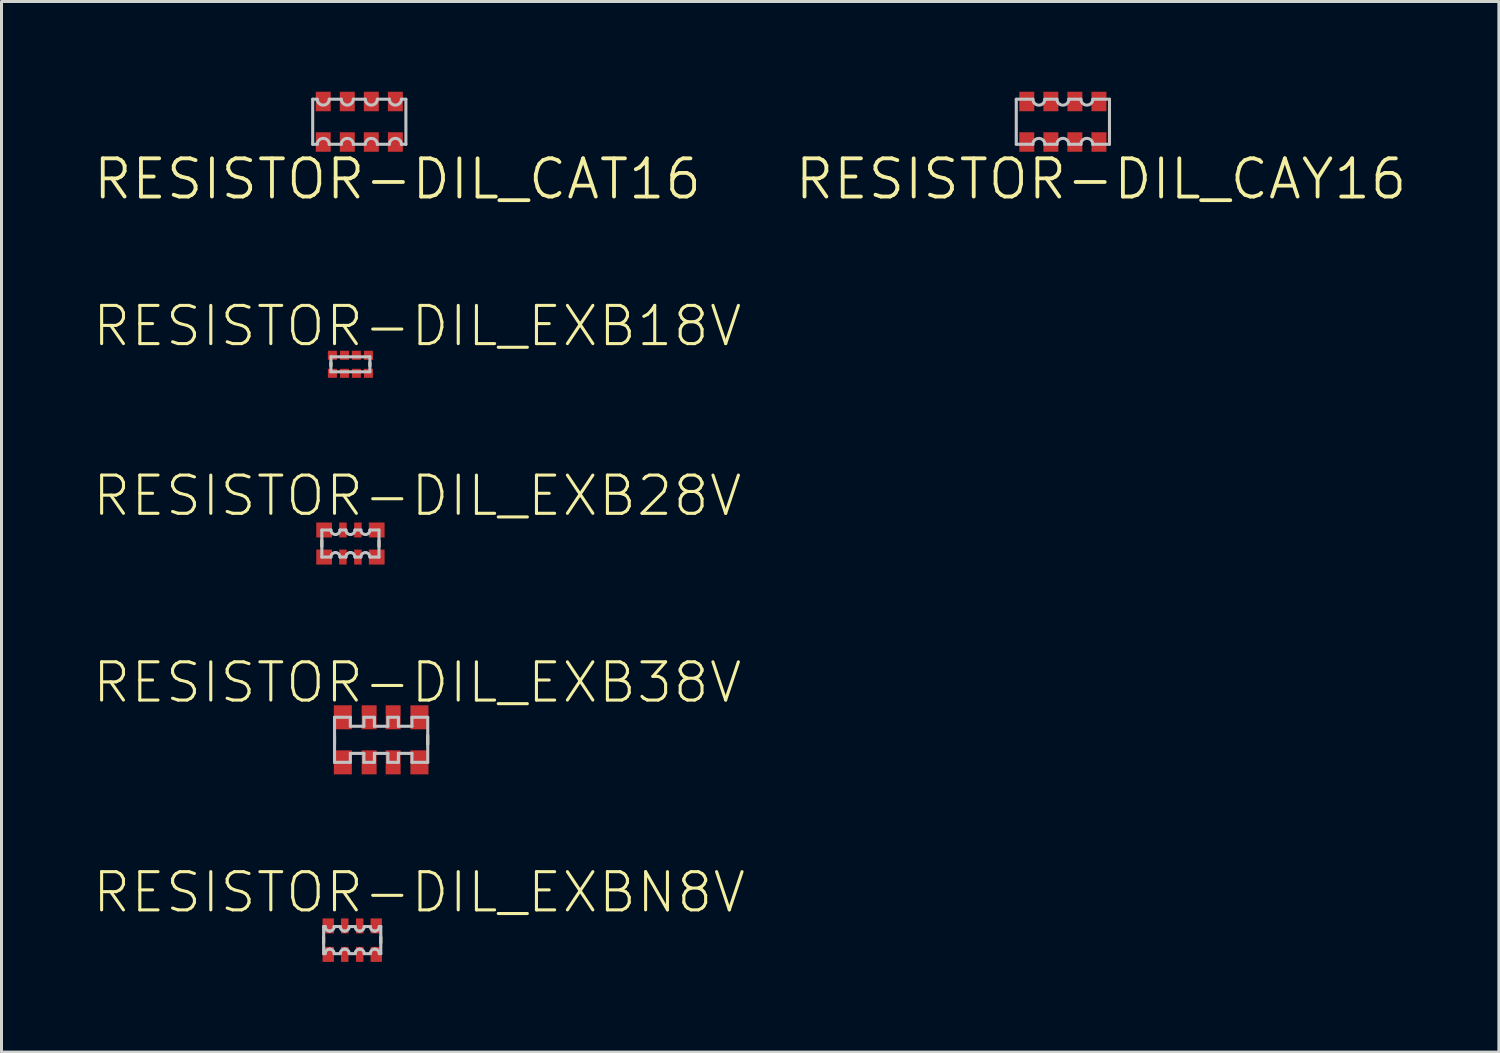
<source format=kicad_pcb>
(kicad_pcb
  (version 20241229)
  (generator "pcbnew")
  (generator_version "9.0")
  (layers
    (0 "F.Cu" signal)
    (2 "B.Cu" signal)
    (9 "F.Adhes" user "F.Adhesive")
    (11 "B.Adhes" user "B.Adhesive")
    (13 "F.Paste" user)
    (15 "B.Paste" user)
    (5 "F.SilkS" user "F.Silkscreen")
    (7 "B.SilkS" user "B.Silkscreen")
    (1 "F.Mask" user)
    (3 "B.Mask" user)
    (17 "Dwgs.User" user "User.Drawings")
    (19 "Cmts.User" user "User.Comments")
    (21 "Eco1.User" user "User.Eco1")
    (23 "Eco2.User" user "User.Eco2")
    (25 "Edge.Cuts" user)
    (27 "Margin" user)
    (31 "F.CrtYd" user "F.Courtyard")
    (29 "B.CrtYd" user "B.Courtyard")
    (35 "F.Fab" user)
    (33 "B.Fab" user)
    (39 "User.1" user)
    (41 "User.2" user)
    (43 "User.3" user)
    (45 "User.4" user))
  (footprint "RESISTOR-DIL_EXB38V"
    (layer "F.Cu")
    (at 9.619 21.542)
    (property "Reference" "RESISTOR-DIL_EXB38V" (at 1.201 -1.905 0) (layer "F.SilkS") (effects (font (size 1.27 1.27) (thickness 0.102))))
    (attr smd)
    (fp_line (start -1.549 0.15) (end -1.549 -0.15) (stroke (width 0.102) (type solid)) (layer "F.SilkS"))
    (fp_line (start 1.549 -0.15) (end 1.549 0.15) (stroke (width 0.102) (type solid)) (layer "F.SilkS"))
    (fp_line (start -1.549 -0.749) (end -1.024 -0.749) (stroke (width 0.102) (type solid)) (layer "Dwgs.User"))
    (fp_line (start -1.549 0.749) (end -1.549 -0.749) (stroke (width 0.102) (type solid)) (layer "Dwgs.User"))
    (fp_line (start -1.024 -0.749) (end -1.024 -0.45) (stroke (width 0.102) (type solid)) (layer "Dwgs.User"))
    (fp_line (start -1.024 -0.45) (end -0.574 -0.45) (stroke (width 0.102) (type solid)) (layer "Dwgs.User"))
    (fp_line (start -1.024 0.45) (end -1.024 0.749) (stroke (width 0.102) (type solid)) (layer "Dwgs.User"))
    (fp_line (start -1.024 0.749) (end -1.549 0.749) (stroke (width 0.102) (type solid)) (layer "Dwgs.User"))
    (fp_line (start -0.574 -0.749) (end -0.224 -0.749) (stroke (width 0.102) (type solid)) (layer "Dwgs.User"))
    (fp_line (start -0.574 -0.45) (end -0.574 -0.749) (stroke (width 0.102) (type solid)) (layer "Dwgs.User"))
    (fp_line (start -0.574 0.45) (end -1.024 0.45) (stroke (width 0.102) (type solid)) (layer "Dwgs.User"))
    (fp_line (start -0.574 0.749) (end -0.574 0.45) (stroke (width 0.102) (type solid)) (layer "Dwgs.User"))
    (fp_line (start -0.224 -0.749) (end -0.224 -0.45) (stroke (width 0.102) (type solid)) (layer "Dwgs.User"))
    (fp_line (start -0.224 -0.45) (end 0.224 -0.45) (stroke (width 0.102) (type solid)) (layer "Dwgs.User"))
    (fp_line (start -0.224 0.45) (end -0.224 0.749) (stroke (width 0.102) (type solid)) (layer "Dwgs.User"))
    (fp_line (start -0.224 0.749) (end -0.574 0.749) (stroke (width 0.102) (type solid)) (layer "Dwgs.User"))
    (fp_line (start 0.224 -0.749) (end 0.574 -0.749) (stroke (width 0.102) (type solid)) (layer "Dwgs.User"))
    (fp_line (start 0.224 -0.45) (end 0.224 -0.749) (stroke (width 0.102) (type solid)) (layer "Dwgs.User"))
    (fp_line (start 0.224 0.45) (end -0.224 0.45) (stroke (width 0.102) (type solid)) (layer "Dwgs.User"))
    (fp_line (start 0.224 0.749) (end 0.224 0.45) (stroke (width 0.102) (type solid)) (layer "Dwgs.User"))
    (fp_line (start 0.574 -0.749) (end 0.574 -0.45) (stroke (width 0.102) (type solid)) (layer "Dwgs.User"))
    (fp_line (start 0.574 -0.45) (end 1.024 -0.45) (stroke (width 0.102) (type solid)) (layer "Dwgs.User"))
    (fp_line (start 0.574 0.45) (end 0.574 0.749) (stroke (width 0.102) (type solid)) (layer "Dwgs.User"))
    (fp_line (start 0.574 0.749) (end 0.224 0.749) (stroke (width 0.102) (type solid)) (layer "Dwgs.User"))
    (fp_line (start 1.024 -0.749) (end 1.549 -0.749) (stroke (width 0.102) (type solid)) (layer "Dwgs.User"))
    (fp_line (start 1.024 -0.45) (end 1.024 -0.749) (stroke (width 0.102) (type solid)) (layer "Dwgs.User"))
    (fp_line (start 1.024 0.45) (end 0.574 0.45) (stroke (width 0.102) (type solid)) (layer "Dwgs.User"))
    (fp_line (start 1.024 0.749) (end 1.024 0.45) (stroke (width 0.102) (type solid)) (layer "Dwgs.User"))
    (fp_line (start 1.549 -0.749) (end 1.549 0.749) (stroke (width 0.102) (type solid)) (layer "Dwgs.User"))
    (fp_line (start 1.549 0.749) (end 1.024 0.749) (stroke (width 0.102) (type solid)) (layer "Dwgs.User"))
    (pad "1" smd rect (at -1.273 0.749) (size 0.599 0.798) (layers "F.Cu" "F.Mask" "F.Paste"))
    (pad "2" smd rect (at -0.399 0.749) (size 0.498 0.798) (layers "F.Cu" "F.Mask" "F.Paste"))
    (pad "3" smd rect (at 0.399 0.749) (size 0.498 0.798) (layers "F.Cu" "F.Mask" "F.Paste"))
    (pad "4" smd rect (at 1.273 0.749) (size 0.599 0.798) (layers "F.Cu" "F.Mask" "F.Paste"))
    (pad "5" smd rect (at 1.273 -0.749 180) (size 0.599 0.798) (layers "F.Cu" "F.Mask" "F.Paste"))
    (pad "6" smd rect (at 0.399 -0.749 180) (size 0.498 0.798) (layers "F.Cu" "F.Mask" "F.Paste"))
    (pad "7" smd rect (at -0.399 -0.749 180) (size 0.498 0.798) (layers "F.Cu" "F.Mask" "F.Paste"))
    (pad "8" smd rect (at -1.273 -0.749 180) (size 0.599 0.798) (layers "F.Cu" "F.Mask" "F.Paste")))
  (footprint "RESISTOR-DIL_CAY16"
    (layer "F.Cu")
    (at 32.28 0.997)
    (property "Reference" "RESISTOR-DIL_CAY16" (at 1.27 1.905 0) (layer "F.SilkS") (effects (font (size 1.27 1.27) (thickness 0.127))))
    (attr smd)
    (fp_line (start -1.549 -0.749) (end -0.998 -0.749) (stroke (width 0.102) (type solid)) (layer "Dwgs.User"))
    (fp_line (start -1.549 0.749) (end -1.549 -0.749) (stroke (width 0.102) (type solid)) (layer "Dwgs.User"))
    (fp_line (start -0.998 0.749) (end -1.549 0.749) (stroke (width 0.102) (type solid)) (layer "Dwgs.User"))
    (fp_line (start -0.599 -0.749) (end -0.198 -0.749) (stroke (width 0.102) (type solid)) (layer "Dwgs.User"))
    (fp_line (start -0.198 0.749) (end -0.599 0.749) (stroke (width 0.102) (type solid)) (layer "Dwgs.User"))
    (fp_line (start 0.198 -0.749) (end 0.599 -0.749) (stroke (width 0.102) (type solid)) (layer "Dwgs.User"))
    (fp_line (start 0.599 0.749) (end 0.198 0.749) (stroke (width 0.102) (type solid)) (layer "Dwgs.User"))
    (fp_line (start 0.998 -0.749) (end 1.549 -0.749) (stroke (width 0.102) (type solid)) (layer "Dwgs.User"))
    (fp_line (start 1.549 -0.749) (end 1.549 0.749) (stroke (width 0.102) (type solid)) (layer "Dwgs.User"))
    (fp_line (start 1.549 0.749) (end 0.998 0.749) (stroke (width 0.102) (type solid)) (layer "Dwgs.User"))
    (fp_arc (start -0.99822 0.7493) (mid -0.79756 0.54864) (end -0.5969 0.7493) (stroke (width 0.1016) (type solid)) (layer "Dwgs.User"))
    (fp_arc (start -0.59944 -0.7493) (mid -0.79756 -0.55118) (end -0.99568 -0.7493) (stroke (width 0.1016) (type solid)) (layer "Dwgs.User"))
    (fp_arc (start -0.19812 0.7493) (mid 0 0.55118) (end 0.19812 0.7493) (stroke (width 0.1016) (type solid)) (layer "Dwgs.User"))
    (fp_arc (start 0.19812 -0.7493) (mid 0 -0.55118) (end -0.19812 -0.7493) (stroke (width 0.1016) (type solid)) (layer "Dwgs.User"))
    (fp_arc (start 0.59944 0.7493) (mid 0.79756 0.55118) (end 0.99568 0.7493) (stroke (width 0.1016) (type solid)) (layer "Dwgs.User"))
    (fp_arc (start 0.99822 -0.7493) (mid 0.79756 -0.54864) (end 0.5969 -0.7493) (stroke (width 0.1016) (type solid)) (layer "Dwgs.User"))
    (pad "1" smd rect (at -1.199 0.673) (size 0.498 0.648) (layers "F.Cu" "F.Mask" "F.Paste"))
    (pad "2" smd rect (at -0.399 0.673) (size 0.498 0.648) (layers "F.Cu" "F.Mask" "F.Paste"))
    (pad "3" smd rect (at 0.399 0.673) (size 0.498 0.648) (layers "F.Cu" "F.Mask" "F.Paste"))
    (pad "4" smd rect (at 1.199 0.673) (size 0.498 0.648) (layers "F.Cu" "F.Mask" "F.Paste"))
    (pad "5" smd rect (at 1.199 -0.673) (size 0.498 0.648) (layers "F.Cu" "F.Mask" "F.Paste"))
    (pad "6" smd rect (at 0.399 -0.673) (size 0.498 0.648) (layers "F.Cu" "F.Mask" "F.Paste"))
    (pad "7" smd rect (at -0.399 -0.673) (size 0.498 0.648) (layers "F.Cu" "F.Mask" "F.Paste"))
    (pad "8" smd rect (at -1.199 -0.673) (size 0.498 0.648) (layers "F.Cu" "F.Mask" "F.Paste")))
  (footprint "RESISTOR-DIL_EXB28V"
    (layer "F.Cu")
    (at 8.598 15.017)
    (property "Reference" "RESISTOR-DIL_EXB28V" (at 2.223 -1.587 0) (layer "F.SilkS") (effects (font (size 1.27 1.27) (thickness 0.102))))
    (attr smd)
    (fp_line (start -0.95 0.099) (end -0.95 -0.099) (stroke (width 0.102) (type solid)) (layer "F.SilkS"))
    (fp_line (start 0.95 -0.099) (end 0.95 0.099) (stroke (width 0.102) (type solid)) (layer "F.SilkS"))
    (fp_line (start -0.95 -0.45) (end -0.648 -0.45) (stroke (width 0.102) (type solid)) (layer "Dwgs.User"))
    (fp_line (start -0.95 0.45) (end -0.95 -0.45) (stroke (width 0.102) (type solid)) (layer "Dwgs.User"))
    (fp_line (start -0.648 0.45) (end -0.95 0.45) (stroke (width 0.102) (type solid)) (layer "Dwgs.User"))
    (fp_line (start -0.348 -0.45) (end -0.15 -0.45) (stroke (width 0.102) (type solid)) (layer "Dwgs.User"))
    (fp_line (start -0.15 0.45) (end -0.348 0.45) (stroke (width 0.102) (type solid)) (layer "Dwgs.User"))
    (fp_line (start 0.15 -0.45) (end 0.348 -0.45) (stroke (width 0.102) (type solid)) (layer "Dwgs.User"))
    (fp_line (start 0.348 0.45) (end 0.15 0.45) (stroke (width 0.102) (type solid)) (layer "Dwgs.User"))
    (fp_line (start 0.648 -0.45) (end 0.95 -0.45) (stroke (width 0.102) (type solid)) (layer "Dwgs.User"))
    (fp_line (start 0.95 -0.45) (end 0.95 0.45) (stroke (width 0.102) (type solid)) (layer "Dwgs.User"))
    (fp_line (start 0.95 0.45) (end 0.648 0.45) (stroke (width 0.102) (type solid)) (layer "Dwgs.User"))
    (fp_arc (start -0.6477 0.44958) (mid -0.603807 0.343613) (end -0.49784 0.29972) (stroke (width 0.1016) (type solid)) (layer "Dwgs.User"))
    (fp_arc (start -0.49784 -0.29972) (mid -0.603807 -0.343613) (end -0.6477 -0.44958) (stroke (width 0.1016) (type solid)) (layer "Dwgs.User"))
    (fp_arc (start -0.49784 0.29972) (mid -0.391873 0.343613) (end -0.34798 0.44958) (stroke (width 0.1016) (type solid)) (layer "Dwgs.User"))
    (fp_arc (start -0.34798 -0.44958) (mid -0.391873 -0.343613) (end -0.49784 -0.29972) (stroke (width 0.1016) (type solid)) (layer "Dwgs.User"))
    (fp_arc (start -0.14986 0.44958) (mid -0.105967 0.343613) (end 0 0.29972) (stroke (width 0.1016) (type solid)) (layer "Dwgs.User"))
    (fp_arc (start 0 -0.29972) (mid -0.105967 -0.343613) (end -0.14986 -0.44958) (stroke (width 0.1016) (type solid)) (layer "Dwgs.User"))
    (fp_arc (start 0 0.29972) (mid 0.105967 0.343613) (end 0.14986 0.44958) (stroke (width 0.1016) (type solid)) (layer "Dwgs.User"))
    (fp_arc (start 0.14986 -0.44958) (mid 0.105967 -0.343613) (end 0 -0.29972) (stroke (width 0.1016) (type solid)) (layer "Dwgs.User"))
    (fp_arc (start 0.34798 0.44958) (mid 0.391873 0.343613) (end 0.49784 0.29972) (stroke (width 0.1016) (type solid)) (layer "Dwgs.User"))
    (fp_arc (start 0.49784 -0.29972) (mid 0.391873 -0.343613) (end 0.34798 -0.44958) (stroke (width 0.1016) (type solid)) (layer "Dwgs.User"))
    (fp_arc (start 0.49784 0.29972) (mid 0.603807 0.343613) (end 0.6477 0.44958) (stroke (width 0.1016) (type solid)) (layer "Dwgs.User"))
    (fp_arc (start 0.6477 -0.44958) (mid 0.603807 -0.343613) (end 0.49784 -0.29972) (stroke (width 0.1016) (type solid)) (layer "Dwgs.User"))
    (pad "1" smd rect (at -0.874 0.45) (size 0.523 0.498) (layers "F.Cu" "F.Mask" "F.Paste"))
    (pad "2" smd rect (at -0.249 0.45) (size 0.249 0.498) (layers "F.Cu" "F.Mask" "F.Paste"))
    (pad "3" smd rect (at 0.249 0.45) (size 0.249 0.498) (layers "F.Cu" "F.Mask" "F.Paste"))
    (pad "4" smd rect (at 0.874 0.45) (size 0.523 0.498) (layers "F.Cu" "F.Mask" "F.Paste"))
    (pad "5" smd rect (at 0.874 -0.45 180) (size 0.523 0.498) (layers "F.Cu" "F.Mask" "F.Paste"))
    (pad "6" smd rect (at 0.249 -0.45 180) (size 0.249 0.498) (layers "F.Cu" "F.Mask" "F.Paste"))
    (pad "7" smd rect (at -0.249 -0.45 180) (size 0.249 0.498) (layers "F.Cu" "F.Mask" "F.Paste"))
    (pad "8" smd rect (at -0.874 -0.45 180) (size 0.523 0.498) (layers "F.Cu" "F.Mask" "F.Paste")))
  (footprint "RESISTOR-DIL_EXBN8V"
    (layer "F.Cu")
    (at 8.658 28.199)
    (property "Reference" "RESISTOR-DIL_EXBN8V" (at 2.223 -1.587 0) (layer "F.SilkS") (effects (font (size 1.27 1.27) (thickness 0.102))))
    (attr smd)
    (fp_line (start -0.95 0.099) (end -0.95 -0.099) (stroke (width 0.102) (type solid)) (layer "F.SilkS"))
    (fp_line (start 0.95 -0.099) (end 0.95 0.099) (stroke (width 0.102) (type solid)) (layer "F.SilkS"))
    (fp_line (start -0.95 -0.45) (end -0.899 -0.45) (stroke (width 0.102) (type solid)) (layer "Dwgs.User"))
    (fp_line (start -0.95 0.45) (end -0.95 -0.45) (stroke (width 0.102) (type solid)) (layer "Dwgs.User"))
    (fp_line (start -0.899 0.45) (end -0.95 0.45) (stroke (width 0.102) (type solid)) (layer "Dwgs.User"))
    (fp_line (start -0.599 -0.45) (end -0.399 -0.45) (stroke (width 0.102) (type solid)) (layer "Dwgs.User"))
    (fp_line (start -0.399 0.45) (end -0.599 0.45) (stroke (width 0.102) (type solid)) (layer "Dwgs.User"))
    (fp_line (start -0.099 -0.45) (end 0.099 -0.45) (stroke (width 0.102) (type solid)) (layer "Dwgs.User"))
    (fp_line (start 0.099 0.45) (end -0.099 0.45) (stroke (width 0.102) (type solid)) (layer "Dwgs.User"))
    (fp_line (start 0.399 -0.45) (end 0.599 -0.45) (stroke (width 0.102) (type solid)) (layer "Dwgs.User"))
    (fp_line (start 0.599 0.45) (end 0.399 0.45) (stroke (width 0.102) (type solid)) (layer "Dwgs.User"))
    (fp_line (start 0.899 -0.45) (end 0.95 -0.45) (stroke (width 0.102) (type solid)) (layer "Dwgs.User"))
    (fp_line (start 0.95 -0.45) (end 0.95 0.45) (stroke (width 0.102) (type solid)) (layer "Dwgs.User"))
    (fp_line (start 0.95 0.45) (end 0.899 0.45) (stroke (width 0.102) (type solid)) (layer "Dwgs.User"))
    (fp_arc (start -0.89916 0.44958) (mid -0.855267 0.343613) (end -0.7493 0.29972) (stroke (width 0.1016) (type solid)) (layer "Dwgs.User"))
    (fp_arc (start -0.7493 -0.29972) (mid -0.855267 -0.343613) (end -0.89916 -0.44958) (stroke (width 0.1016) (type solid)) (layer "Dwgs.User"))
    (fp_arc (start -0.7493 0.29972) (mid -0.643333 0.343613) (end -0.59944 0.44958) (stroke (width 0.1016) (type solid)) (layer "Dwgs.User"))
    (fp_arc (start -0.59944 -0.44958) (mid -0.643333 -0.343613) (end -0.7493 -0.29972) (stroke (width 0.1016) (type solid)) (layer "Dwgs.User"))
    (fp_arc (start -0.39878 0.44958) (mid -0.354887 0.343613) (end -0.24892 0.29972) (stroke (width 0.1016) (type solid)) (layer "Dwgs.User"))
    (fp_arc (start -0.24892 -0.29972) (mid -0.354887 -0.343613) (end -0.39878 -0.44958) (stroke (width 0.1016) (type solid)) (layer "Dwgs.User"))
    (fp_arc (start -0.24892 0.29972) (mid -0.142953 0.343613) (end -0.09906 0.44958) (stroke (width 0.1016) (type solid)) (layer "Dwgs.User"))
    (fp_arc (start -0.09906 -0.44958) (mid -0.142953 -0.343613) (end -0.24892 -0.29972) (stroke (width 0.1016) (type solid)) (layer "Dwgs.User"))
    (fp_arc (start 0.09906 0.44958) (mid 0.142953 0.343613) (end 0.24892 0.29972) (stroke (width 0.1016) (type solid)) (layer "Dwgs.User"))
    (fp_arc (start 0.24892 -0.29972) (mid 0.142953 -0.343613) (end 0.09906 -0.44958) (stroke (width 0.1016) (type solid)) (layer "Dwgs.User"))
    (fp_arc (start 0.24892 0.29972) (mid 0.354887 0.343613) (end 0.39878 0.44958) (stroke (width 0.1016) (type solid)) (layer "Dwgs.User"))
    (fp_arc (start 0.39878 -0.44958) (mid 0.354887 -0.343613) (end 0.24892 -0.29972) (stroke (width 0.1016) (type solid)) (layer "Dwgs.User"))
    (fp_arc (start 0.59944 0.44958) (mid 0.643333 0.343613) (end 0.7493 0.29972) (stroke (width 0.1016) (type solid)) (layer "Dwgs.User"))
    (fp_arc (start 0.7493 -0.29972) (mid 0.643333 -0.343613) (end 0.59944 -0.44958) (stroke (width 0.1016) (type solid)) (layer "Dwgs.User"))
    (fp_arc (start 0.7493 0.29972) (mid 0.855267 0.343613) (end 0.89916 0.44958) (stroke (width 0.1016) (type solid)) (layer "Dwgs.User"))
    (fp_arc (start 0.89916 -0.44958) (mid 0.855267 -0.343613) (end 0.7493 -0.29972) (stroke (width 0.1016) (type solid)) (layer "Dwgs.User"))
    (pad "1" smd rect (at -0.798 0.475) (size 0.378 0.498) (layers "F.Cu" "F.Mask" "F.Paste"))
    (pad "2" smd rect (at -0.249 0.475) (size 0.249 0.498) (layers "F.Cu" "F.Mask" "F.Paste"))
    (pad "3" smd rect (at 0.249 0.475) (size 0.249 0.498) (layers "F.Cu" "F.Mask" "F.Paste"))
    (pad "4" smd rect (at 0.798 0.475) (size 0.378 0.498) (layers "F.Cu" "F.Mask" "F.Paste"))
    (pad "5" smd rect (at 0.798 -0.472 180) (size 0.378 0.498) (layers "F.Cu" "F.Mask" "F.Paste"))
    (pad "6" smd rect (at 0.249 -0.472 180) (size 0.249 0.498) (layers "F.Cu" "F.Mask" "F.Paste"))
    (pad "7" smd rect (at -0.249 -0.472 180) (size 0.249 0.498) (layers "F.Cu" "F.Mask" "F.Paste"))
    (pad "8" smd rect (at -0.798 -0.472 180) (size 0.378 0.498) (layers "F.Cu" "F.Mask" "F.Paste")))
  (footprint "RESISTOR-DIL_EXB18V"
    (layer "F.Cu")
    (at 8.598 9.059)
    (property "Reference" "RESISTOR-DIL_EXB18V" (at 2.223 -1.27 0) (layer "F.SilkS") (effects (font (size 1.27 1.27) (thickness 0.102))))
    (attr smd)
    (fp_line (start -0.648 0.048) (end -0.648 -0.048) (stroke (width 0.102) (type solid)) (layer "F.SilkS"))
    (fp_line (start 0.648 -0.048) (end 0.648 0.048) (stroke (width 0.102) (type solid)) (layer "F.SilkS"))
    (fp_line (start -0.648 -0.249) (end 0.648 -0.249) (stroke (width 0.102) (type solid)) (layer "Dwgs.User"))
    (fp_line (start -0.648 0.249) (end -0.648 -0.249) (stroke (width 0.102) (type solid)) (layer "Dwgs.User"))
    (fp_line (start 0.648 -0.249) (end 0.648 0.249) (stroke (width 0.102) (type solid)) (layer "Dwgs.User"))
    (fp_line (start 0.648 0.249) (end -0.648 0.249) (stroke (width 0.102) (type solid)) (layer "Dwgs.User"))
    (pad "1" smd rect (at -0.599 0.3) (size 0.3 0.3) (layers "F.Cu" "F.Mask" "F.Paste"))
    (pad "2" smd rect (at -0.198 0.3) (size 0.3 0.3) (layers "F.Cu" "F.Mask" "F.Paste"))
    (pad "3" smd rect (at 0.198 0.3) (size 0.3 0.3) (layers "F.Cu" "F.Mask" "F.Paste"))
    (pad "4" smd rect (at 0.599 0.3) (size 0.3 0.3) (layers "F.Cu" "F.Mask" "F.Paste"))
    (pad "5" smd rect (at 0.599 -0.3) (size 0.3 0.3) (layers "F.Cu" "F.Mask" "F.Paste"))
    (pad "6" smd rect (at 0.198 -0.3) (size 0.3 0.3) (layers "F.Cu" "F.Mask" "F.Paste"))
    (pad "7" smd rect (at -0.198 -0.3) (size 0.3 0.3) (layers "F.Cu" "F.Mask" "F.Paste"))
    (pad "8" smd rect (at -0.599 -0.3) (size 0.3 0.3) (layers "F.Cu" "F.Mask" "F.Paste")))
  (footprint "RESISTOR-DIL_CAT16"
    (layer "F.Cu")
    (at 8.893 0.997)
    (property "Reference" "RESISTOR-DIL_CAT16" (at 1.27 1.905 0) (layer "F.SilkS") (effects (font (size 1.27 1.27) (thickness 0.127))))
    (attr smd)
    (fp_line (start -1.549 -0.749) (end -1.4 -0.749) (stroke (width 0.102) (type solid)) (layer "Dwgs.User"))
    (fp_line (start -1.549 0.749) (end -1.549 -0.749) (stroke (width 0.102) (type solid)) (layer "Dwgs.User"))
    (fp_line (start -1.4 0.749) (end -1.549 0.749) (stroke (width 0.102) (type solid)) (layer "Dwgs.User"))
    (fp_line (start -0.998 -0.749) (end -0.599 -0.749) (stroke (width 0.102) (type solid)) (layer "Dwgs.User"))
    (fp_line (start -0.599 0.749) (end -0.998 0.749) (stroke (width 0.102) (type solid)) (layer "Dwgs.User"))
    (fp_line (start -0.198 -0.749) (end 0.198 -0.749) (stroke (width 0.102) (type solid)) (layer "Dwgs.User"))
    (fp_line (start 0.198 0.749) (end -0.198 0.749) (stroke (width 0.102) (type solid)) (layer "Dwgs.User"))
    (fp_line (start 0.599 -0.749) (end 0.998 -0.749) (stroke (width 0.102) (type solid)) (layer "Dwgs.User"))
    (fp_line (start 0.998 0.749) (end 0.599 0.749) (stroke (width 0.102) (type solid)) (layer "Dwgs.User"))
    (fp_line (start 1.4 -0.749) (end 1.549 -0.749) (stroke (width 0.102) (type solid)) (layer "Dwgs.User"))
    (fp_line (start 1.549 -0.749) (end 1.549 0.749) (stroke (width 0.102) (type solid)) (layer "Dwgs.User"))
    (fp_line (start 1.549 0.749) (end 1.4 0.749) (stroke (width 0.102) (type solid)) (layer "Dwgs.User"))
    (fp_arc (start -1.39954 0.7493) (mid -1.19888 0.54864) (end -0.99822 0.7493) (stroke (width 0.1016) (type solid)) (layer "Dwgs.User"))
    (fp_arc (start -0.99822 -0.7493) (mid -1.19888 -0.54864) (end -1.39954 -0.7493) (stroke (width 0.1016) (type solid)) (layer "Dwgs.User"))
    (fp_arc (start -0.59944 0.7493) (mid -0.39878 0.54864) (end -0.19812 0.7493) (stroke (width 0.1016) (type solid)) (layer "Dwgs.User"))
    (fp_arc (start -0.19812 -0.7493) (mid -0.39878 -0.54864) (end -0.59944 -0.7493) (stroke (width 0.1016) (type solid)) (layer "Dwgs.User"))
    (fp_arc (start 0.19812 0.7493) (mid 0.39878 0.54864) (end 0.59944 0.7493) (stroke (width 0.1016) (type solid)) (layer "Dwgs.User"))
    (fp_arc (start 0.59944 -0.7493) (mid 0.39878 -0.54864) (end 0.19812 -0.7493) (stroke (width 0.1016) (type solid)) (layer "Dwgs.User"))
    (fp_arc (start 0.99822 0.7493) (mid 1.19888 0.54864) (end 1.39954 0.7493) (stroke (width 0.1016) (type solid)) (layer "Dwgs.User"))
    (fp_arc (start 1.39954 -0.7493) (mid 1.19888 -0.54864) (end 0.99822 -0.7493) (stroke (width 0.1016) (type solid)) (layer "Dwgs.User"))
    (pad "1" smd rect (at -1.199 0.673) (size 0.498 0.648) (layers "F.Cu" "F.Mask" "F.Paste"))
    (pad "2" smd rect (at -0.399 0.673) (size 0.498 0.648) (layers "F.Cu" "F.Mask" "F.Paste"))
    (pad "3" smd rect (at 0.399 0.673) (size 0.498 0.648) (layers "F.Cu" "F.Mask" "F.Paste"))
    (pad "4" smd rect (at 1.199 0.673) (size 0.498 0.648) (layers "F.Cu" "F.Mask" "F.Paste"))
    (pad "5" smd rect (at 1.199 -0.673) (size 0.498 0.648) (layers "F.Cu" "F.Mask" "F.Paste"))
    (pad "6" smd rect (at 0.399 -0.673) (size 0.498 0.648) (layers "F.Cu" "F.Mask" "F.Paste"))
    (pad "7" smd rect (at -0.399 -0.673) (size 0.498 0.648) (layers "F.Cu" "F.Mask" "F.Paste"))
    (pad "8" smd rect (at -1.199 -0.673) (size 0.498 0.648) (layers "F.Cu" "F.Mask" "F.Paste")))
  (gr_rect
    (start -3 -3)
    (end 46.773 31.923)
    (stroke (width 0.1) (type default))
    (fill no)
    (layer "Edge.Cuts")))
</source>
